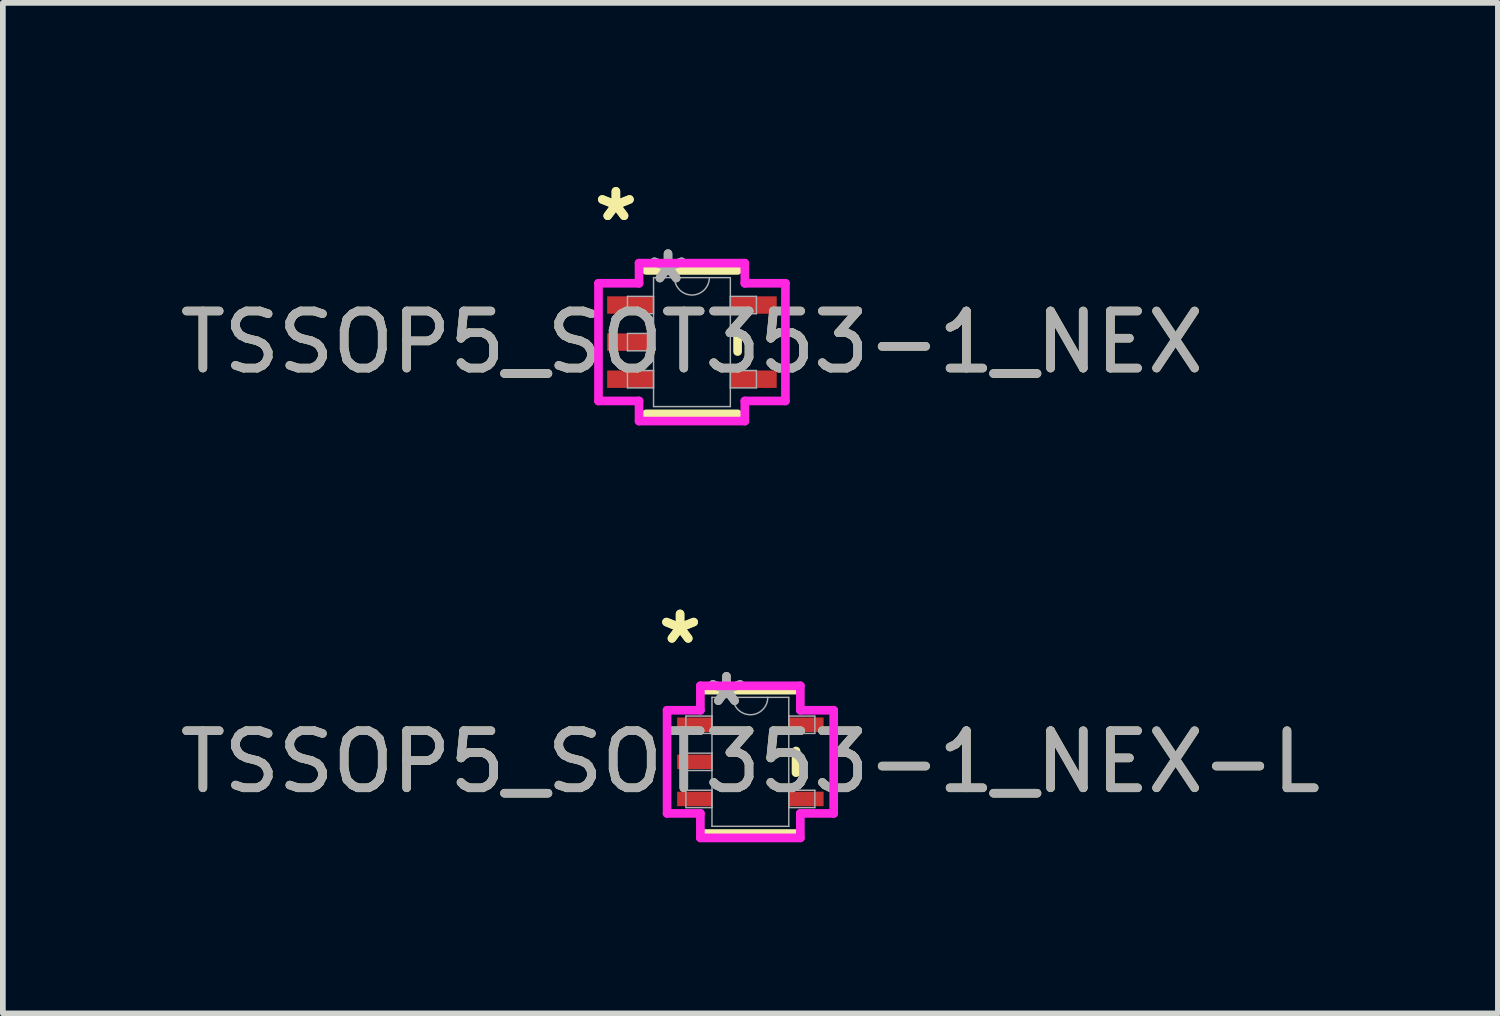
<source format=kicad_pcb>
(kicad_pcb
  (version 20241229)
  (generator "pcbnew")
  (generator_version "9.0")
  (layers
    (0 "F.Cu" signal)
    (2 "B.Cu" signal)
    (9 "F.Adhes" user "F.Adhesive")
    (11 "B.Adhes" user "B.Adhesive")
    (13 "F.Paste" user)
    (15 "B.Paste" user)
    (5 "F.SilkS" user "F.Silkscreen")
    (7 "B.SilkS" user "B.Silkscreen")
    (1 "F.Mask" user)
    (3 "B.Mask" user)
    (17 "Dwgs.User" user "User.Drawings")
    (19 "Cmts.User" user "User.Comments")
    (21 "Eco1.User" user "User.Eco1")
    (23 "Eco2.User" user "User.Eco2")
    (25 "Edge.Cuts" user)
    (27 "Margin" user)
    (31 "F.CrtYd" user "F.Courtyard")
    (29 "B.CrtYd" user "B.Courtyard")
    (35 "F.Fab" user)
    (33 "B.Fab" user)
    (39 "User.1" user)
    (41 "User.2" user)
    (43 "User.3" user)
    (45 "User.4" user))
  (footprint "TSSOP5_SOT353-1_NEX-L"
    (layer "F.Cu")
    (at 10.101 10.302)
    (property "Reference" "TSSOP5_SOT353-1_NEX-L" (at 0 0 0) (unlocked yes) (layer "F.SilkS") (effects (font (size 1 1) (thickness 0.15))))
    (attr smd)
    (fp_line (start -0.8 1.257) (end 0.8 1.257) (stroke (width 0.152) (type solid)) (layer "F.SilkS"))
    (fp_line (start 0.8 -1.257) (end -0.8 -1.257) (stroke (width 0.152) (type solid)) (layer "F.SilkS"))
    (fp_line (start 0.8 0.19) (end 0.8 -0.19) (stroke (width 0.152) (type solid)) (layer "F.SilkS"))
    (fp_line (start -1.46 -0.904) (end -0.876 -0.904) (stroke (width 0.152) (type solid)) (layer "F.CrtYd"))
    (fp_line (start -1.46 0.904) (end -1.46 -0.904) (stroke (width 0.152) (type solid)) (layer "F.CrtYd"))
    (fp_line (start -0.876 -1.333) (end 0.876 -1.333) (stroke (width 0.152) (type solid)) (layer "F.CrtYd"))
    (fp_line (start -0.876 -0.904) (end -0.876 -1.333) (stroke (width 0.152) (type solid)) (layer "F.CrtYd"))
    (fp_line (start -0.876 0.904) (end -1.46 0.904) (stroke (width 0.152) (type solid)) (layer "F.CrtYd"))
    (fp_line (start -0.876 1.333) (end -0.876 0.904) (stroke (width 0.152) (type solid)) (layer "F.CrtYd"))
    (fp_line (start 0.876 -1.333) (end 0.876 -0.904) (stroke (width 0.152) (type solid)) (layer "F.CrtYd"))
    (fp_line (start 0.876 -0.904) (end 1.46 -0.904) (stroke (width 0.152) (type solid)) (layer "F.CrtYd"))
    (fp_line (start 0.876 0.904) (end 0.876 1.333) (stroke (width 0.152) (type solid)) (layer "F.CrtYd"))
    (fp_line (start 0.876 1.333) (end -0.876 1.333) (stroke (width 0.152) (type solid)) (layer "F.CrtYd"))
    (fp_line (start 1.46 -0.904) (end 1.46 0.904) (stroke (width 0.152) (type solid)) (layer "F.CrtYd"))
    (fp_line (start 1.46 0.904) (end 0.876 0.904) (stroke (width 0.152) (type solid)) (layer "F.CrtYd"))
    (fp_line (start -1.13 -0.802) (end -1.13 -0.498) (stroke (width 0.025) (type solid)) (layer "F.Fab"))
    (fp_line (start -1.13 -0.498) (end -0.673 -0.498) (stroke (width 0.025) (type solid)) (layer "F.Fab"))
    (fp_line (start -1.13 -0.152) (end -1.13 0.152) (stroke (width 0.025) (type solid)) (layer "F.Fab"))
    (fp_line (start -1.13 0.152) (end -0.673 0.152) (stroke (width 0.025) (type solid)) (layer "F.Fab"))
    (fp_line (start -1.13 0.498) (end -1.13 0.802) (stroke (width 0.025) (type solid)) (layer "F.Fab"))
    (fp_line (start -1.13 0.802) (end -0.673 0.802) (stroke (width 0.025) (type solid)) (layer "F.Fab"))
    (fp_line (start -0.673 -1.13) (end -0.673 1.13) (stroke (width 0.025) (type solid)) (layer "F.Fab"))
    (fp_line (start -0.673 -0.802) (end -1.13 -0.802) (stroke (width 0.025) (type solid)) (layer "F.Fab"))
    (fp_line (start -0.673 -0.498) (end -0.673 -0.802) (stroke (width 0.025) (type solid)) (layer "F.Fab"))
    (fp_line (start -0.673 -0.152) (end -1.13 -0.152) (stroke (width 0.025) (type solid)) (layer "F.Fab"))
    (fp_line (start -0.673 0.152) (end -0.673 -0.152) (stroke (width 0.025) (type solid)) (layer "F.Fab"))
    (fp_line (start -0.673 0.498) (end -1.13 0.498) (stroke (width 0.025) (type solid)) (layer "F.Fab"))
    (fp_line (start -0.673 0.802) (end -0.673 0.498) (stroke (width 0.025) (type solid)) (layer "F.Fab"))
    (fp_line (start -0.673 1.13) (end 0.673 1.13) (stroke (width 0.025) (type solid)) (layer "F.Fab"))
    (fp_line (start 0.673 -1.13) (end -0.673 -1.13) (stroke (width 0.025) (type solid)) (layer "F.Fab"))
    (fp_line (start 0.673 -0.802) (end 0.673 -0.498) (stroke (width 0.025) (type solid)) (layer "F.Fab"))
    (fp_line (start 0.673 -0.498) (end 1.13 -0.498) (stroke (width 0.025) (type solid)) (layer "F.Fab"))
    (fp_line (start 0.673 0.498) (end 0.673 0.802) (stroke (width 0.025) (type solid)) (layer "F.Fab"))
    (fp_line (start 0.673 0.802) (end 1.13 0.802) (stroke (width 0.025) (type solid)) (layer "F.Fab"))
    (fp_line (start 0.673 1.13) (end 0.673 -1.13) (stroke (width 0.025) (type solid)) (layer "F.Fab"))
    (fp_line (start 1.13 -0.802) (end 0.673 -0.802) (stroke (width 0.025) (type solid)) (layer "F.Fab"))
    (fp_line (start 1.13 -0.498) (end 1.13 -0.802) (stroke (width 0.025) (type solid)) (layer "F.Fab"))
    (fp_line (start 1.13 0.498) (end 0.673 0.498) (stroke (width 0.025) (type solid)) (layer "F.Fab"))
    (fp_line (start 1.13 0.802) (end 1.13 0.498) (stroke (width 0.025) (type solid)) (layer "F.Fab"))
    (fp_arc (start 0.3048 -1.1303) (mid 0 -0.8255) (end -0.3048 -1.1303) (stroke (width 0.0254) (type solid)) (layer "F.Fab"))
    (fp_text user "*" (at -1.232 -2.047 0) (unlocked yes) (layer "F.SilkS") (effects (font (size 1 1) (thickness 0.15))))
    (fp_text user "*" (at -1.232 -2.047 0) (layer "F.SilkS") (effects (font (size 1 1) (thickness 0.15))))
    (fp_text user "*" (at -0.419 -0.955 0) (layer "F.Fab") (effects (font (size 1 1) (thickness 0.15))))
    (fp_text user "${REFERENCE}" (at 0 0 0) (unlocked yes) (layer "F.Fab") (effects (font (size 1 1) (thickness 0.15))))
    (fp_text user "*" (at -0.419 -0.955 0) (unlocked yes) (layer "F.Fab") (effects (font (size 1 1) (thickness 0.15))))
    (pad "1" smd rect (at -0.978 -0.65) (size 0.61 0.254) (layers "F.Cu" "F.Mask" "F.Paste"))
    (pad "2" smd rect (at -0.978 0) (size 0.61 0.254) (layers "F.Cu" "F.Mask" "F.Paste"))
    (pad "3" smd rect (at -0.978 0.65) (size 0.61 0.254) (layers "F.Cu" "F.Mask" "F.Paste"))
    (pad "4" smd rect (at 0.978 0.65) (size 0.61 0.254) (layers "F.Cu" "F.Mask" "F.Paste"))
    (pad "5" smd rect (at 0.978 -0.65) (size 0.61 0.254) (layers "F.Cu" "F.Mask" "F.Paste")))
  (footprint "TSSOP5_SOT353-1_NEX"
    (layer "F.Cu")
    (at 9.077 2.946)
    (property "Reference" "TSSOP5_SOT353-1_NEX" (at 0 0 0) (unlocked yes) (layer "F.SilkS") (effects (font (size 1 1) (thickness 0.15))))
    (attr smd)
    (fp_line (start -0.8 1.257) (end 0.8 1.257) (stroke (width 0.152) (type solid)) (layer "F.SilkS"))
    (fp_line (start 0.8 -1.257) (end -0.8 -1.257) (stroke (width 0.152) (type solid)) (layer "F.SilkS"))
    (fp_line (start 0.8 0.165) (end 0.8 -0.165) (stroke (width 0.152) (type solid)) (layer "F.SilkS"))
    (fp_line (start -1.638 -1.031) (end -0.927 -1.031) (stroke (width 0.152) (type solid)) (layer "F.CrtYd"))
    (fp_line (start -1.638 1.031) (end -1.638 -1.031) (stroke (width 0.152) (type solid)) (layer "F.CrtYd"))
    (fp_line (start -0.927 -1.384) (end 0.927 -1.384) (stroke (width 0.152) (type solid)) (layer "F.CrtYd"))
    (fp_line (start -0.927 -1.031) (end -0.927 -1.384) (stroke (width 0.152) (type solid)) (layer "F.CrtYd"))
    (fp_line (start -0.927 1.031) (end -1.638 1.031) (stroke (width 0.152) (type solid)) (layer "F.CrtYd"))
    (fp_line (start -0.927 1.384) (end -0.927 1.031) (stroke (width 0.152) (type solid)) (layer "F.CrtYd"))
    (fp_line (start 0.927 -1.384) (end 0.927 -1.031) (stroke (width 0.152) (type solid)) (layer "F.CrtYd"))
    (fp_line (start 0.927 -1.031) (end 1.638 -1.031) (stroke (width 0.152) (type solid)) (layer "F.CrtYd"))
    (fp_line (start 0.927 1.031) (end 0.927 1.384) (stroke (width 0.152) (type solid)) (layer "F.CrtYd"))
    (fp_line (start 0.927 1.384) (end -0.927 1.384) (stroke (width 0.152) (type solid)) (layer "F.CrtYd"))
    (fp_line (start 1.638 -1.031) (end 1.638 1.031) (stroke (width 0.152) (type solid)) (layer "F.CrtYd"))
    (fp_line (start 1.638 1.031) (end 0.927 1.031) (stroke (width 0.152) (type solid)) (layer "F.CrtYd"))
    (fp_line (start -1.13 -0.802) (end -1.13 -0.498) (stroke (width 0.025) (type solid)) (layer "F.Fab"))
    (fp_line (start -1.13 -0.498) (end -0.673 -0.498) (stroke (width 0.025) (type solid)) (layer "F.Fab"))
    (fp_line (start -1.13 -0.152) (end -1.13 0.152) (stroke (width 0.025) (type solid)) (layer "F.Fab"))
    (fp_line (start -1.13 0.152) (end -0.673 0.152) (stroke (width 0.025) (type solid)) (layer "F.Fab"))
    (fp_line (start -1.13 0.498) (end -1.13 0.802) (stroke (width 0.025) (type solid)) (layer "F.Fab"))
    (fp_line (start -1.13 0.802) (end -0.673 0.802) (stroke (width 0.025) (type solid)) (layer "F.Fab"))
    (fp_line (start -0.673 -1.13) (end -0.673 1.13) (stroke (width 0.025) (type solid)) (layer "F.Fab"))
    (fp_line (start -0.673 -0.802) (end -1.13 -0.802) (stroke (width 0.025) (type solid)) (layer "F.Fab"))
    (fp_line (start -0.673 -0.498) (end -0.673 -0.802) (stroke (width 0.025) (type solid)) (layer "F.Fab"))
    (fp_line (start -0.673 -0.152) (end -1.13 -0.152) (stroke (width 0.025) (type solid)) (layer "F.Fab"))
    (fp_line (start -0.673 0.152) (end -0.673 -0.152) (stroke (width 0.025) (type solid)) (layer "F.Fab"))
    (fp_line (start -0.673 0.498) (end -1.13 0.498) (stroke (width 0.025) (type solid)) (layer "F.Fab"))
    (fp_line (start -0.673 0.802) (end -0.673 0.498) (stroke (width 0.025) (type solid)) (layer "F.Fab"))
    (fp_line (start -0.673 1.13) (end 0.673 1.13) (stroke (width 0.025) (type solid)) (layer "F.Fab"))
    (fp_line (start 0.673 -1.13) (end -0.673 -1.13) (stroke (width 0.025) (type solid)) (layer "F.Fab"))
    (fp_line (start 0.673 -0.802) (end 0.673 -0.498) (stroke (width 0.025) (type solid)) (layer "F.Fab"))
    (fp_line (start 0.673 -0.498) (end 1.13 -0.498) (stroke (width 0.025) (type solid)) (layer "F.Fab"))
    (fp_line (start 0.673 0.498) (end 0.673 0.802) (stroke (width 0.025) (type solid)) (layer "F.Fab"))
    (fp_line (start 0.673 0.802) (end 1.13 0.802) (stroke (width 0.025) (type solid)) (layer "F.Fab"))
    (fp_line (start 0.673 1.13) (end 0.673 -1.13) (stroke (width 0.025) (type solid)) (layer "F.Fab"))
    (fp_line (start 1.13 -0.802) (end 0.673 -0.802) (stroke (width 0.025) (type solid)) (layer "F.Fab"))
    (fp_line (start 1.13 -0.498) (end 1.13 -0.802) (stroke (width 0.025) (type solid)) (layer "F.Fab"))
    (fp_line (start 1.13 0.498) (end 0.673 0.498) (stroke (width 0.025) (type solid)) (layer "F.Fab"))
    (fp_line (start 1.13 0.802) (end 1.13 0.498) (stroke (width 0.025) (type solid)) (layer "F.Fab"))
    (fp_arc (start 0.3048 -1.1303) (mid 0 -0.8255) (end -0.3048 -1.1303) (stroke (width 0.0254) (type solid)) (layer "F.Fab"))
    (fp_text user "*" (at -1.333 -2.098 0) (unlocked yes) (layer "F.SilkS") (effects (font (size 1 1) (thickness 0.15))))
    (fp_text user "*" (at -1.333 -2.098 0) (layer "F.SilkS") (effects (font (size 1 1) (thickness 0.15))))
    (fp_text user "${REFERENCE}" (at 0 0 0) (unlocked yes) (layer "F.Fab") (effects (font (size 1 1) (thickness 0.15))))
    (fp_text user "*" (at -0.419 -1.006 0) (layer "F.Fab") (effects (font (size 1 1) (thickness 0.15))))
    (fp_text user "*" (at -0.419 -1.006 0) (unlocked yes) (layer "F.Fab") (effects (font (size 1 1) (thickness 0.15))))
    (pad "1" smd rect (at -1.079 -0.65) (size 0.813 0.305) (layers "F.Cu" "F.Mask" "F.Paste"))
    (pad "2" smd rect (at -1.079 0) (size 0.813 0.305) (layers "F.Cu" "F.Mask" "F.Paste"))
    (pad "3" smd rect (at -1.079 0.65) (size 0.813 0.305) (layers "F.Cu" "F.Mask" "F.Paste"))
    (pad "4" smd rect (at 1.079 0.65) (size 0.813 0.305) (layers "F.Cu" "F.Mask" "F.Paste"))
    (pad "5" smd rect (at 1.079 -0.65) (size 0.813 0.305) (layers "F.Cu" "F.Mask" "F.Paste")))
  (gr_rect
    (start -3 -3)
    (end 23.202 14.711)
    (stroke (width 0.1) (type default))
    (fill no)
    (layer "Edge.Cuts")))
</source>
